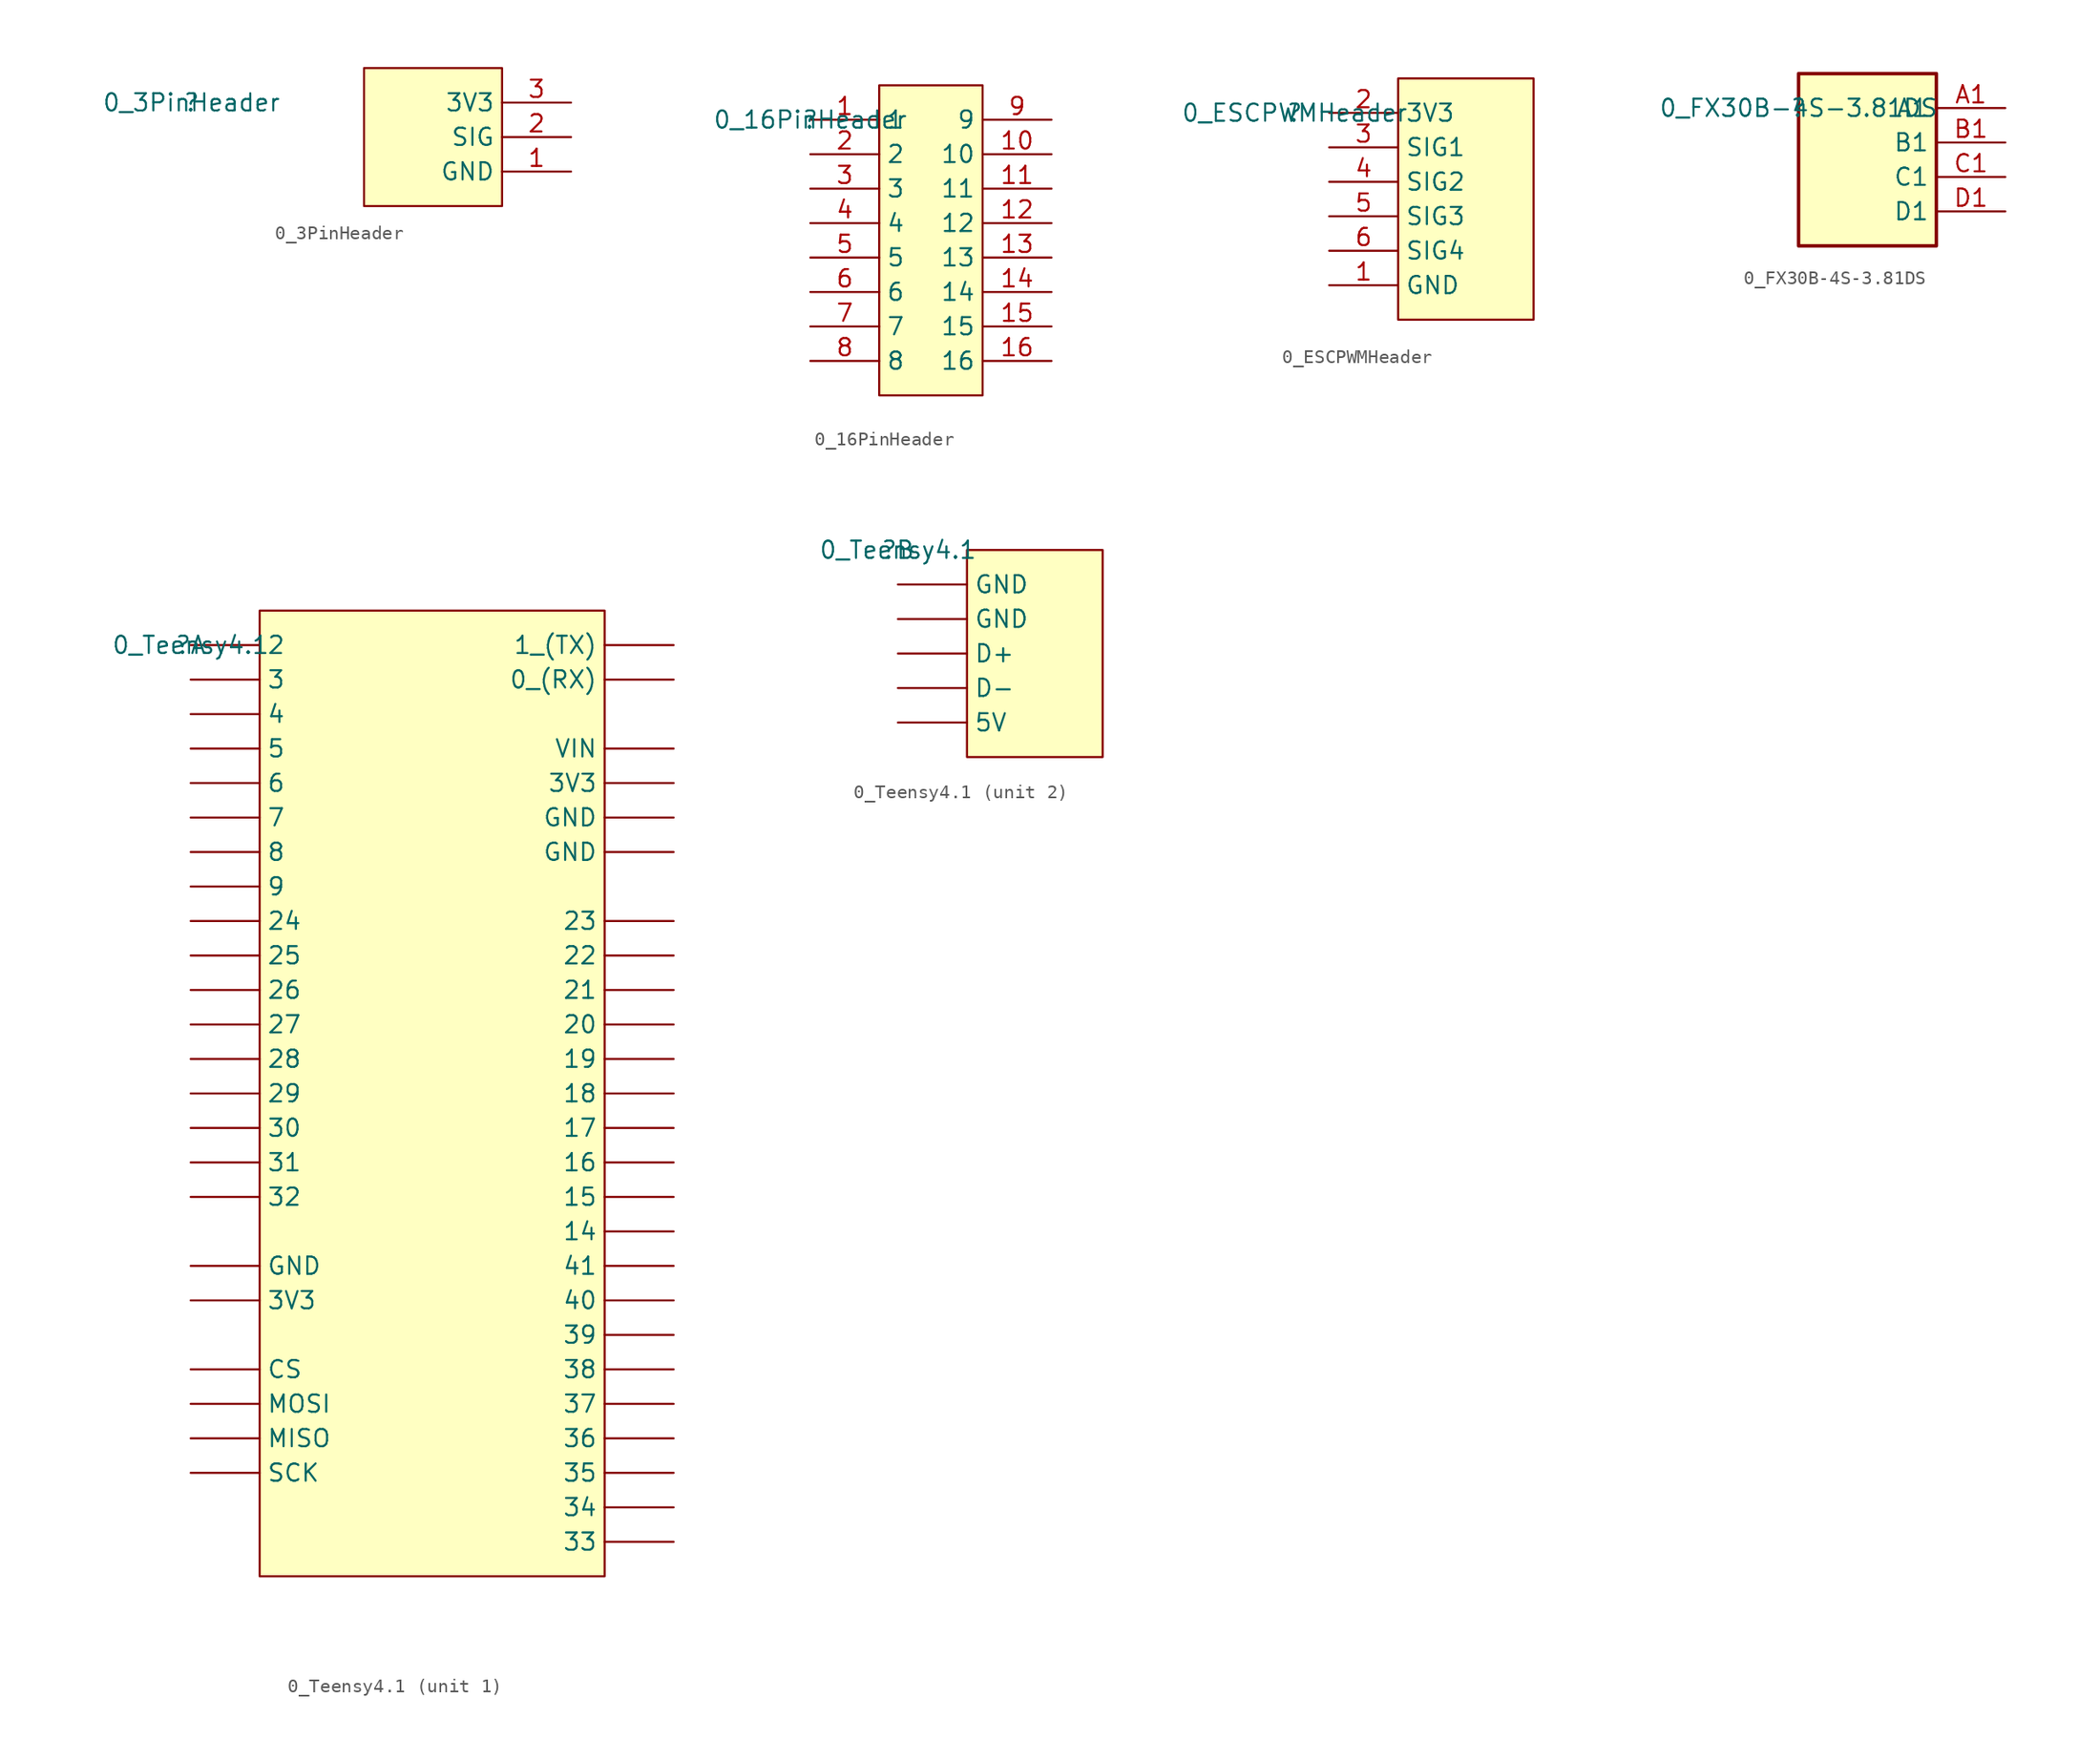
<source format=kicad_sym>
(kicad_symbol_lib
  (version 20211014)
  (generator kicad_symbol_editor)
  (symbol "0_3PinHeader"
    (property "Reference" ""
      (at 0 0 0)
      (effects (font (size 1.27 1.27))))
    (property "Value" "0_3PinHeader"
      (at 0 0 0)
      (effects (font (size 1.27 1.27))))
    (symbol "0_3PinHeader_1_0"
      (rectangle (start 22.86 2.54) (end 12.7 -7.62) (stroke (width 0) (type default) (color 0 0 0 0)) (fill (type background)))
      (pin passive line (at 27.94 -5.08 180) (length 5.08) (name "GND" (effects (font (size 1.27 1.27)))) (number "1" (effects (font (size 1.27 1.27)))))
      (pin passive line (at 27.94 -2.54 180) (length 5.08) (name "SIG" (effects (font (size 1.27 1.27)))) (number "2" (effects (font (size 1.27 1.27)))))
      (pin passive line (at 27.94 0 180) (length 5.08) (name "3V3" (effects (font (size 1.27 1.27)))) (number "3" (effects (font (size 1.27 1.27)))))))
  (symbol "0_16PinHeader"
    (property "Reference" ""
      (at 0 0 0)
      (effects (font (size 1.27 1.27))))
    (property "Value" "0_16PinHeader"
      (at 0 0 0)
      (effects (font (size 1.27 1.27))))
    (symbol "0_16PinHeader_1_0"
      (rectangle (start 12.7 2.54) (end 5.08 -20.32) (stroke (width 0) (type default) (color 0 0 0 0)) (fill (type background)))
      (pin passive line (at 0 0 0) (length 5.08) (name "1" (effects (font (size 1.27 1.27)))) (number "1" (effects (font (size 1.27 1.27)))))
      (pin passive line (at 17.78 -2.54 180) (length 5.08) (name "10" (effects (font (size 1.27 1.27)))) (number "10" (effects (font (size 1.27 1.27)))))
      (pin passive line (at 17.78 -5.08 180) (length 5.08) (name "11" (effects (font (size 1.27 1.27)))) (number "11" (effects (font (size 1.27 1.27)))))
      (pin passive line (at 17.78 -7.62 180) (length 5.08) (name "12" (effects (font (size 1.27 1.27)))) (number "12" (effects (font (size 1.27 1.27)))))
      (pin passive line (at 17.78 -10.16 180) (length 5.08) (name "13" (effects (font (size 1.27 1.27)))) (number "13" (effects (font (size 1.27 1.27)))))
      (pin passive line (at 17.78 -12.7 180) (length 5.08) (name "14" (effects (font (size 1.27 1.27)))) (number "14" (effects (font (size 1.27 1.27)))))
      (pin passive line (at 17.78 -15.24 180) (length 5.08) (name "15" (effects (font (size 1.27 1.27)))) (number "15" (effects (font (size 1.27 1.27)))))
      (pin passive line (at 17.78 -17.78 180) (length 5.08) (name "16" (effects (font (size 1.27 1.27)))) (number "16" (effects (font (size 1.27 1.27)))))
      (pin passive line (at 0 -2.54 0) (length 5.08) (name "2" (effects (font (size 1.27 1.27)))) (number "2" (effects (font (size 1.27 1.27)))))
      (pin passive line (at 0 -5.08 0) (length 5.08) (name "3" (effects (font (size 1.27 1.27)))) (number "3" (effects (font (size 1.27 1.27)))))
      (pin passive line (at 0 -7.62 0) (length 5.08) (name "4" (effects (font (size 1.27 1.27)))) (number "4" (effects (font (size 1.27 1.27)))))
      (pin passive line (at 0 -10.16 0) (length 5.08) (name "5" (effects (font (size 1.27 1.27)))) (number "5" (effects (font (size 1.27 1.27)))))
      (pin passive line (at 0 -12.7 0) (length 5.08) (name "6" (effects (font (size 1.27 1.27)))) (number "6" (effects (font (size 1.27 1.27)))))
      (pin passive line (at 0 -15.24 0) (length 5.08) (name "7" (effects (font (size 1.27 1.27)))) (number "7" (effects (font (size 1.27 1.27)))))
      (pin passive line (at 0 -17.78 0) (length 5.08) (name "8" (effects (font (size 1.27 1.27)))) (number "8" (effects (font (size 1.27 1.27)))))
      (pin passive line (at 17.78 0 180) (length 5.08) (name "9" (effects (font (size 1.27 1.27)))) (number "9" (effects (font (size 1.27 1.27)))))))
  (symbol "0_ESCPWMHeader"
    (property "Reference" ""
      (at 0 0 0)
      (effects (font (size 1.27 1.27))))
    (property "Value" "0_ESCPWMHeader"
      (at 0 0 0)
      (effects (font (size 1.27 1.27))))
    (symbol "0_ESCPWMHeader_1_0"
      (rectangle (start 17.602 2.54) (end 7.62 -15.24) (stroke (width 0) (type default) (color 0 0 0 0)) (fill (type background)))
      (pin passive line (at 2.54 -12.7 0) (length 5.08) (name "GND" (effects (font (size 1.27 1.27)))) (number "1" (effects (font (size 1.27 1.27)))))
      (pin passive line (at 2.54 0 0) (length 5.08) (name "3V3" (effects (font (size 1.27 1.27)))) (number "2" (effects (font (size 1.27 1.27)))))
      (pin passive line (at 2.54 -2.54 0) (length 5.08) (name "SIG1" (effects (font (size 1.27 1.27)))) (number "3" (effects (font (size 1.27 1.27)))))
      (pin passive line (at 2.54 -5.08 0) (length 5.08) (name "SIG2" (effects (font (size 1.27 1.27)))) (number "4" (effects (font (size 1.27 1.27)))))
      (pin passive line (at 2.54 -7.62 0) (length 5.08) (name "SIG3" (effects (font (size 1.27 1.27)))) (number "5" (effects (font (size 1.27 1.27)))))
      (pin passive line (at 2.54 -10.16 0) (length 5.08) (name "SIG4" (effects (font (size 1.27 1.27)))) (number "6" (effects (font (size 1.27 1.27)))))))
  (symbol "0_FX30B-4S-3.81DS"
    (property "Reference" ""
      (at 0 0 0)
      (effects (font (size 1.27 1.27))))
    (property "Value" "0_FX30B-4S-3.81DS"
      (at 0 0 0)
      (effects (font (size 1.27 1.27))))
    (symbol "0_FX30B-4S-3.81DS_1_0"
      (rectangle (start 10.16 2.54) (end 0 -10.16) (stroke (width 0.254) (type default) (color 0 0 0 0)) (fill (type background)))
      (pin passive line (at 15.24 0 180) (length 5.08) (name "A1" (effects (font (size 1.27 1.27)))) (number "A1" (effects (font (size 1.27 1.27)))))
      (pin passive line (at 15.24 -2.54 180) (length 5.08) (name "B1" (effects (font (size 1.27 1.27)))) (number "B1" (effects (font (size 1.27 1.27)))))
      (pin passive line (at 15.24 -5.08 180) (length 5.08) (name "C1" (effects (font (size 1.27 1.27)))) (number "C1" (effects (font (size 1.27 1.27)))))
      (pin passive line (at 15.24 -7.62 180) (length 5.08) (name "D1" (effects (font (size 1.27 1.27)))) (number "D1" (effects (font (size 1.27 1.27)))))))
  (symbol "0_Teensy4.1"
    (property "Reference" ""
      (at 0 0 0)
      (effects (font (size 1.27 1.27))))
    (property "Value" "0_Teensy4.1"
      (at 0 0 0)
      (effects (font (size 1.27 1.27))))
    (symbol "0_Teensy4.1_1_0"
      (rectangle (start 30.48 2.54) (end 5.08 -68.58) (stroke (width 0) (type default) (color 0 0 0 0)) (fill (type background)))
      (pin power_in line (at 0 -45.72 0) (length 5.08) (name "GND" (effects (font (size 1.27 1.27)))) (number "1" (effects (font (size 0 0)))))
      (pin bidirectional line (at 0 -15.24 0) (length 5.08) (name "8" (effects (font (size 1.27 1.27)))) (number "10" (effects (font (size 0 0)))))
      (pin bidirectional line (at 0 -17.78 0) (length 5.08) (name "9" (effects (font (size 1.27 1.27)))) (number "11" (effects (font (size 0 0)))))
      (pin input line (at 0 -53.34 0) (length 5.08) (name "CS" (effects (font (size 1.27 1.27)))) (number "12" (effects (font (size 0 0)))))
      (pin output line (at 0 -55.88 0) (length 5.08) (name "MOSI" (effects (font (size 1.27 1.27)))) (number "13" (effects (font (size 0 0)))))
      (pin input line (at 0 -58.42 0) (length 5.08) (name "MISO" (effects (font (size 1.27 1.27)))) (number "14" (effects (font (size 0 0)))))
      (pin power_in line (at 0 -48.26 0) (length 5.08) (name "3V3" (effects (font (size 1.27 1.27)))) (number "15" (effects (font (size 0 0)))))
      (pin bidirectional line (at 0 -20.32 0) (length 5.08) (name "24" (effects (font (size 1.27 1.27)))) (number "16" (effects (font (size 0 0)))))
      (pin bidirectional line (at 0 -22.86 0) (length 5.08) (name "25" (effects (font (size 1.27 1.27)))) (number "17" (effects (font (size 0 0)))))
      (pin bidirectional line (at 0 -25.4 0) (length 5.08) (name "26" (effects (font (size 1.27 1.27)))) (number "18" (effects (font (size 0 0)))))
      (pin bidirectional line (at 0 -27.94 0) (length 5.08) (name "27" (effects (font (size 1.27 1.27)))) (number "19" (effects (font (size 0 0)))))
      (pin bidirectional line (at 35.56 -2.54 180) (length 5.08) (name "0_(RX)" (effects (font (size 1.27 1.27)))) (number "2" (effects (font (size 0 0)))))
      (pin bidirectional line (at 0 -30.48 0) (length 5.08) (name "28" (effects (font (size 1.27 1.27)))) (number "20" (effects (font (size 0 0)))))
      (pin bidirectional line (at 0 -33.02 0) (length 5.08) (name "29" (effects (font (size 1.27 1.27)))) (number "21" (effects (font (size 0 0)))))
      (pin bidirectional line (at 0 -35.56 0) (length 5.08) (name "30" (effects (font (size 1.27 1.27)))) (number "22" (effects (font (size 0 0)))))
      (pin bidirectional line (at 0 -38.1 0) (length 5.08) (name "31" (effects (font (size 1.27 1.27)))) (number "23" (effects (font (size 0 0)))))
      (pin bidirectional line (at 0 -40.64 0) (length 5.08) (name "32" (effects (font (size 1.27 1.27)))) (number "24" (effects (font (size 0 0)))))
      (pin bidirectional line (at 35.56 -66.04 180) (length 5.08) (name "33" (effects (font (size 1.27 1.27)))) (number "25" (effects (font (size 0 0)))))
      (pin bidirectional line (at 35.56 -63.5 180) (length 5.08) (name "34" (effects (font (size 1.27 1.27)))) (number "26" (effects (font (size 0 0)))))
      (pin bidirectional line (at 35.56 -60.96 180) (length 5.08) (name "35" (effects (font (size 1.27 1.27)))) (number "27" (effects (font (size 0 0)))))
      (pin bidirectional line (at 35.56 -58.42 180) (length 5.08) (name "36" (effects (font (size 1.27 1.27)))) (number "28" (effects (font (size 0 0)))))
      (pin bidirectional line (at 35.56 -55.88 180) (length 5.08) (name "37" (effects (font (size 1.27 1.27)))) (number "29" (effects (font (size 0 0)))))
      (pin bidirectional line (at 35.56 0 180) (length 5.08) (name "1_(TX)" (effects (font (size 1.27 1.27)))) (number "3" (effects (font (size 0 0)))))
      (pin bidirectional line (at 35.56 -53.34 180) (length 5.08) (name "38" (effects (font (size 1.27 1.27)))) (number "30" (effects (font (size 0 0)))))
      (pin bidirectional line (at 35.56 -50.8 180) (length 5.08) (name "39" (effects (font (size 1.27 1.27)))) (number "31" (effects (font (size 0 0)))))
      (pin bidirectional line (at 35.56 -48.26 180) (length 5.08) (name "40" (effects (font (size 1.27 1.27)))) (number "32" (effects (font (size 0 0)))))
      (pin bidirectional line (at 35.56 -45.72 180) (length 5.08) (name "41" (effects (font (size 1.27 1.27)))) (number "33" (effects (font (size 0 0)))))
      (pin power_in line (at 35.56 -15.24 180) (length 5.08) (name "GND" (effects (font (size 1.27 1.27)))) (number "34" (effects (font (size 0 0)))))
      (pin output line (at 0 -60.96 0) (length 5.08) (name "SCK" (effects (font (size 1.27 1.27)))) (number "35" (effects (font (size 0 0)))))
      (pin bidirectional line (at 35.56 -43.18 180) (length 5.08) (name "14" (effects (font (size 1.27 1.27)))) (number "36" (effects (font (size 0 0)))))
      (pin bidirectional line (at 35.56 -40.64 180) (length 5.08) (name "15" (effects (font (size 1.27 1.27)))) (number "37" (effects (font (size 0 0)))))
      (pin bidirectional line (at 35.56 -38.1 180) (length 5.08) (name "16" (effects (font (size 1.27 1.27)))) (number "38" (effects (font (size 0 0)))))
      (pin bidirectional line (at 35.56 -35.56 180) (length 5.08) (name "17" (effects (font (size 1.27 1.27)))) (number "39" (effects (font (size 0 0)))))
      (pin bidirectional line (at 0 0 0) (length 5.08) (name "2" (effects (font (size 1.27 1.27)))) (number "4" (effects (font (size 0 0)))))
      (pin bidirectional line (at 35.56 -33.02 180) (length 5.08) (name "18" (effects (font (size 1.27 1.27)))) (number "40" (effects (font (size 0 0)))))
      (pin bidirectional line (at 35.56 -30.48 180) (length 5.08) (name "19" (effects (font (size 1.27 1.27)))) (number "41" (effects (font (size 0 0)))))
      (pin bidirectional line (at 35.56 -27.94 180) (length 5.08) (name "20" (effects (font (size 1.27 1.27)))) (number "42" (effects (font (size 0 0)))))
      (pin bidirectional line (at 35.56 -25.4 180) (length 5.08) (name "21" (effects (font (size 1.27 1.27)))) (number "43" (effects (font (size 0 0)))))
      (pin bidirectional line (at 35.56 -22.86 180) (length 5.08) (name "22" (effects (font (size 1.27 1.27)))) (number "44" (effects (font (size 0 0)))))
      (pin bidirectional line (at 35.56 -20.32 180) (length 5.08) (name "23" (effects (font (size 1.27 1.27)))) (number "45" (effects (font (size 0 0)))))
      (pin power_in line (at 35.56 -10.16 180) (length 5.08) (name "3V3" (effects (font (size 1.27 1.27)))) (number "46" (effects (font (size 0 0)))))
      (pin power_in line (at 35.56 -12.7 180) (length 5.08) (name "GND" (effects (font (size 1.27 1.27)))) (number "47" (effects (font (size 0 0)))))
      (pin power_in line (at 35.56 -7.62 180) (length 5.08) (name "VIN" (effects (font (size 1.27 1.27)))) (number "48" (effects (font (size 0 0)))))
      (pin bidirectional line (at 0 -2.54 0) (length 5.08) (name "3" (effects (font (size 1.27 1.27)))) (number "5" (effects (font (size 0 0)))))
      (pin bidirectional line (at 0 -5.08 0) (length 5.08) (name "4" (effects (font (size 1.27 1.27)))) (number "6" (effects (font (size 0 0)))))
      (pin bidirectional line (at 0 -7.62 0) (length 5.08) (name "5" (effects (font (size 1.27 1.27)))) (number "7" (effects (font (size 0 0)))))
      (pin bidirectional line (at 0 -10.16 0) (length 5.08) (name "6" (effects (font (size 1.27 1.27)))) (number "8" (effects (font (size 0 0)))))
      (pin bidirectional line (at 0 -12.7 0) (length 5.08) (name "7" (effects (font (size 1.27 1.27)))) (number "9" (effects (font (size 0 0))))))
    (symbol "0_Teensy4.1_2_0"
      (rectangle (start 15.062 0) (end 5.08 -15.24) (stroke (width 0) (type default) (color 0 0 0 0)) (fill (type background)))
      (pin input line (at 0 -2.54 0) (length 5.08) (name "GND" (effects (font (size 1.27 1.27)))) (number "49" (effects (font (size 0 0)))))
      (pin input line (at 0 -5.08 0) (length 5.08) (name "GND" (effects (font (size 1.27 1.27)))) (number "50" (effects (font (size 0 0)))))
      (pin input line (at 0 -7.62 0) (length 5.08) (name "D+" (effects (font (size 1.27 1.27)))) (number "51" (effects (font (size 0 0)))))
      (pin input line (at 0 -10.16 0) (length 5.08) (name "D-" (effects (font (size 1.27 1.27)))) (number "52" (effects (font (size 0 0)))))
      (pin input line (at 0 -12.7 0) (length 5.08) (name "5V" (effects (font (size 1.27 1.27)))) (number "53" (effects (font (size 0 0))))))))
</source>
